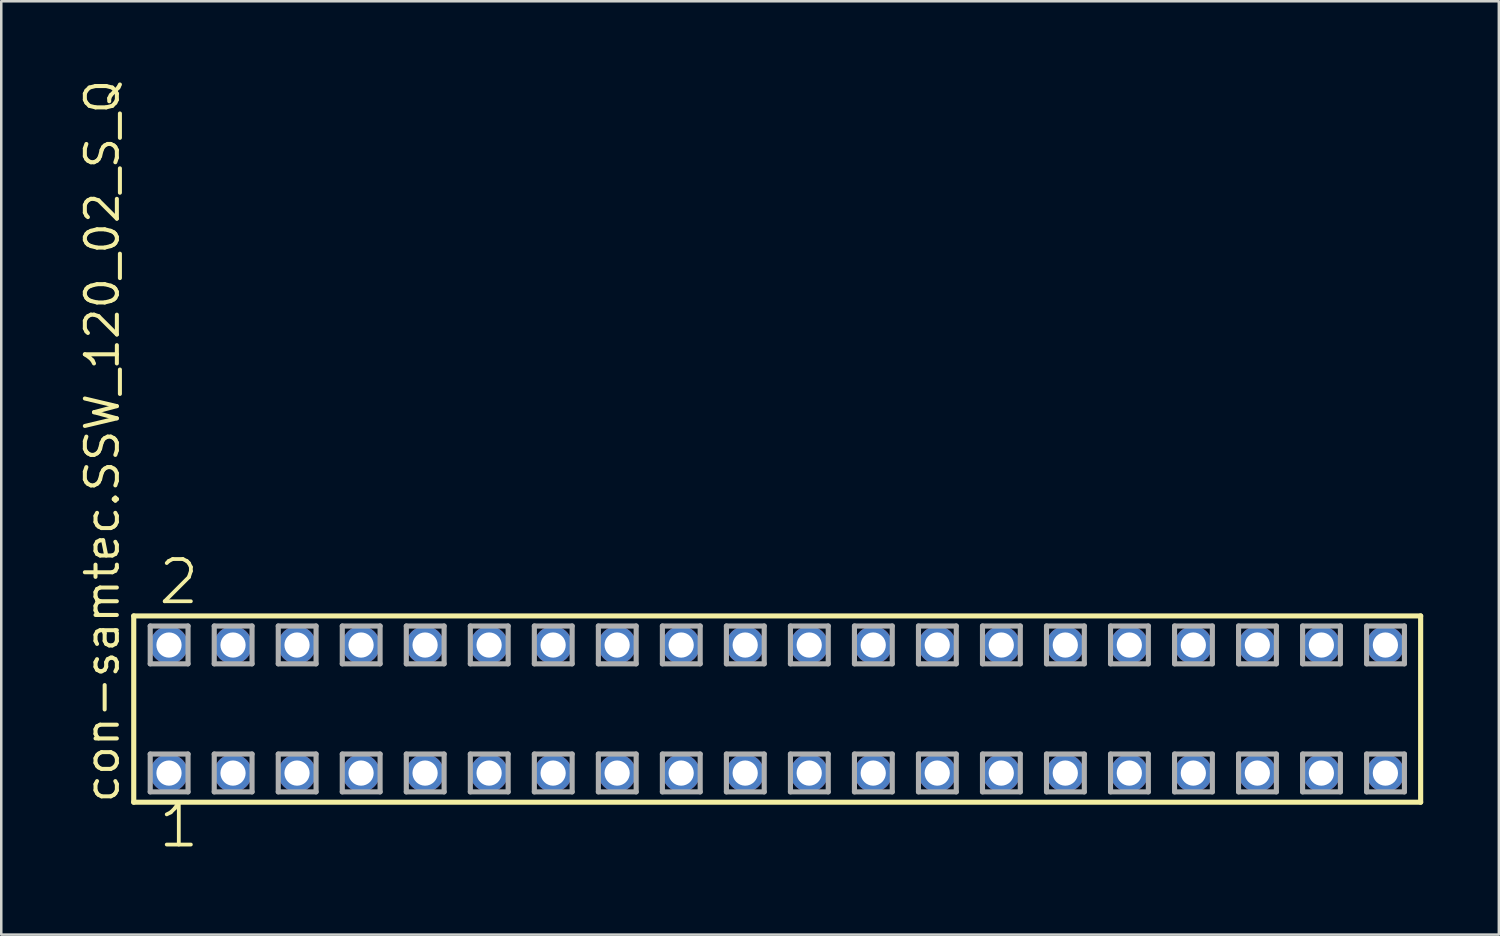
<source format=kicad_pcb>
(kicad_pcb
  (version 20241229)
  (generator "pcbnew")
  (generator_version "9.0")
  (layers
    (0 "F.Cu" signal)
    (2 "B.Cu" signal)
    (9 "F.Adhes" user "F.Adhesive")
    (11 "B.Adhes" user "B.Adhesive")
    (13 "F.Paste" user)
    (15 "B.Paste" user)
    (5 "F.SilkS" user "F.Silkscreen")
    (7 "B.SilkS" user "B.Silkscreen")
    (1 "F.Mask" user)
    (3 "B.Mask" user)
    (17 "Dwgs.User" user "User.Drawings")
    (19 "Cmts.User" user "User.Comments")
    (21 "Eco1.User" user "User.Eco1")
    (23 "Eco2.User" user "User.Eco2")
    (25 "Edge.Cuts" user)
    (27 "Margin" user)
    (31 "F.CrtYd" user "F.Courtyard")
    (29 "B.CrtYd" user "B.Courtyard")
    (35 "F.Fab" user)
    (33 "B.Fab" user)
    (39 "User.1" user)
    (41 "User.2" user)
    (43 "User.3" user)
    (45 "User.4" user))
  (footprint "con-samtec.SSW_120_02_S_Q"
    (layer "F.Cu")
    (at 27.785 25.082)
    (property "Reference" "con-samtec.SSW_120_02_S_Q" (at -26.035 3.81 90) (layer "F.SilkS") (effects (font (size 1.27 1.27) (thickness 0.16)) (justify left bottom)))
    (attr through_hole)
    (fp_line (start -25.529 -3.695) (end 25.529 -3.695) (stroke (width 0.203) (type default)) (layer "F.SilkS"))
    (fp_line (start -25.529 3.695) (end -25.529 -3.695) (stroke (width 0.203) (type default)) (layer "F.SilkS"))
    (fp_line (start 25.529 -3.695) (end 25.529 3.695) (stroke (width 0.203) (type default)) (layer "F.SilkS"))
    (fp_line (start 25.529 3.695) (end -25.529 3.695) (stroke (width 0.203) (type default)) (layer "F.SilkS"))
    (fp_line (start -24.875 -3.295) (end -23.375 -3.295) (stroke (width 0.203) (type default)) (layer "F.Fab"))
    (fp_line (start -24.875 -1.795) (end -24.875 -3.295) (stroke (width 0.203) (type default)) (layer "F.Fab"))
    (fp_line (start -24.875 1.785) (end -23.375 1.785) (stroke (width 0.203) (type default)) (layer "F.Fab"))
    (fp_line (start -24.875 3.285) (end -24.875 1.785) (stroke (width 0.203) (type default)) (layer "F.Fab"))
    (fp_line (start -23.375 -3.295) (end -23.375 -1.795) (stroke (width 0.203) (type default)) (layer "F.Fab"))
    (fp_line (start -23.375 -1.795) (end -24.875 -1.795) (stroke (width 0.203) (type default)) (layer "F.Fab"))
    (fp_line (start -23.375 1.785) (end -23.375 3.285) (stroke (width 0.203) (type default)) (layer "F.Fab"))
    (fp_line (start -23.375 3.285) (end -24.875 3.285) (stroke (width 0.203) (type default)) (layer "F.Fab"))
    (fp_line (start -22.335 -3.295) (end -20.835 -3.295) (stroke (width 0.203) (type default)) (layer "F.Fab"))
    (fp_line (start -22.335 -1.795) (end -22.335 -3.295) (stroke (width 0.203) (type default)) (layer "F.Fab"))
    (fp_line (start -22.335 1.785) (end -20.835 1.785) (stroke (width 0.203) (type default)) (layer "F.Fab"))
    (fp_line (start -22.335 3.285) (end -22.335 1.785) (stroke (width 0.203) (type default)) (layer "F.Fab"))
    (fp_line (start -20.835 -3.295) (end -20.835 -1.795) (stroke (width 0.203) (type default)) (layer "F.Fab"))
    (fp_line (start -20.835 -1.795) (end -22.335 -1.795) (stroke (width 0.203) (type default)) (layer "F.Fab"))
    (fp_line (start -20.835 1.785) (end -20.835 3.285) (stroke (width 0.203) (type default)) (layer "F.Fab"))
    (fp_line (start -20.835 3.285) (end -22.335 3.285) (stroke (width 0.203) (type default)) (layer "F.Fab"))
    (fp_line (start -19.795 -3.295) (end -18.295 -3.295) (stroke (width 0.203) (type default)) (layer "F.Fab"))
    (fp_line (start -19.795 -1.795) (end -19.795 -3.295) (stroke (width 0.203) (type default)) (layer "F.Fab"))
    (fp_line (start -19.795 1.785) (end -18.295 1.785) (stroke (width 0.203) (type default)) (layer "F.Fab"))
    (fp_line (start -19.795 3.285) (end -19.795 1.785) (stroke (width 0.203) (type default)) (layer "F.Fab"))
    (fp_line (start -18.295 -3.295) (end -18.295 -1.795) (stroke (width 0.203) (type default)) (layer "F.Fab"))
    (fp_line (start -18.295 -1.795) (end -19.795 -1.795) (stroke (width 0.203) (type default)) (layer "F.Fab"))
    (fp_line (start -18.295 1.785) (end -18.295 3.285) (stroke (width 0.203) (type default)) (layer "F.Fab"))
    (fp_line (start -18.295 3.285) (end -19.795 3.285) (stroke (width 0.203) (type default)) (layer "F.Fab"))
    (fp_line (start -17.255 -3.295) (end -15.755 -3.295) (stroke (width 0.203) (type default)) (layer "F.Fab"))
    (fp_line (start -17.255 -1.795) (end -17.255 -3.295) (stroke (width 0.203) (type default)) (layer "F.Fab"))
    (fp_line (start -17.255 1.785) (end -15.755 1.785) (stroke (width 0.203) (type default)) (layer "F.Fab"))
    (fp_line (start -17.255 3.285) (end -17.255 1.785) (stroke (width 0.203) (type default)) (layer "F.Fab"))
    (fp_line (start -15.755 -3.295) (end -15.755 -1.795) (stroke (width 0.203) (type default)) (layer "F.Fab"))
    (fp_line (start -15.755 -1.795) (end -17.255 -1.795) (stroke (width 0.203) (type default)) (layer "F.Fab"))
    (fp_line (start -15.755 1.785) (end -15.755 3.285) (stroke (width 0.203) (type default)) (layer "F.Fab"))
    (fp_line (start -15.755 3.285) (end -17.255 3.285) (stroke (width 0.203) (type default)) (layer "F.Fab"))
    (fp_line (start -14.715 -3.295) (end -13.215 -3.295) (stroke (width 0.203) (type default)) (layer "F.Fab"))
    (fp_line (start -14.715 -1.795) (end -14.715 -3.295) (stroke (width 0.203) (type default)) (layer "F.Fab"))
    (fp_line (start -14.715 1.785) (end -13.215 1.785) (stroke (width 0.203) (type default)) (layer "F.Fab"))
    (fp_line (start -14.715 3.285) (end -14.715 1.785) (stroke (width 0.203) (type default)) (layer "F.Fab"))
    (fp_line (start -13.215 -3.295) (end -13.215 -1.795) (stroke (width 0.203) (type default)) (layer "F.Fab"))
    (fp_line (start -13.215 -1.795) (end -14.715 -1.795) (stroke (width 0.203) (type default)) (layer "F.Fab"))
    (fp_line (start -13.215 1.785) (end -13.215 3.285) (stroke (width 0.203) (type default)) (layer "F.Fab"))
    (fp_line (start -13.215 3.285) (end -14.715 3.285) (stroke (width 0.203) (type default)) (layer "F.Fab"))
    (fp_line (start -12.175 -3.295) (end -10.675 -3.295) (stroke (width 0.203) (type default)) (layer "F.Fab"))
    (fp_line (start -12.175 -1.795) (end -12.175 -3.295) (stroke (width 0.203) (type default)) (layer "F.Fab"))
    (fp_line (start -12.175 1.785) (end -10.675 1.785) (stroke (width 0.203) (type default)) (layer "F.Fab"))
    (fp_line (start -12.175 3.285) (end -12.175 1.785) (stroke (width 0.203) (type default)) (layer "F.Fab"))
    (fp_line (start -10.675 -3.295) (end -10.675 -1.795) (stroke (width 0.203) (type default)) (layer "F.Fab"))
    (fp_line (start -10.675 -1.795) (end -12.175 -1.795) (stroke (width 0.203) (type default)) (layer "F.Fab"))
    (fp_line (start -10.675 1.785) (end -10.675 3.285) (stroke (width 0.203) (type default)) (layer "F.Fab"))
    (fp_line (start -10.675 3.285) (end -12.175 3.285) (stroke (width 0.203) (type default)) (layer "F.Fab"))
    (fp_line (start -9.635 -3.295) (end -8.135 -3.295) (stroke (width 0.203) (type default)) (layer "F.Fab"))
    (fp_line (start -9.635 -1.795) (end -9.635 -3.295) (stroke (width 0.203) (type default)) (layer "F.Fab"))
    (fp_line (start -9.635 1.785) (end -8.135 1.785) (stroke (width 0.203) (type default)) (layer "F.Fab"))
    (fp_line (start -9.635 3.285) (end -9.635 1.785) (stroke (width 0.203) (type default)) (layer "F.Fab"))
    (fp_line (start -8.135 -3.295) (end -8.135 -1.795) (stroke (width 0.203) (type default)) (layer "F.Fab"))
    (fp_line (start -8.135 -1.795) (end -9.635 -1.795) (stroke (width 0.203) (type default)) (layer "F.Fab"))
    (fp_line (start -8.135 1.785) (end -8.135 3.285) (stroke (width 0.203) (type default)) (layer "F.Fab"))
    (fp_line (start -8.135 3.285) (end -9.635 3.285) (stroke (width 0.203) (type default)) (layer "F.Fab"))
    (fp_line (start -7.095 -3.295) (end -5.595 -3.295) (stroke (width 0.203) (type default)) (layer "F.Fab"))
    (fp_line (start -7.095 -1.795) (end -7.095 -3.295) (stroke (width 0.203) (type default)) (layer "F.Fab"))
    (fp_line (start -7.095 1.785) (end -5.595 1.785) (stroke (width 0.203) (type default)) (layer "F.Fab"))
    (fp_line (start -7.095 3.285) (end -7.095 1.785) (stroke (width 0.203) (type default)) (layer "F.Fab"))
    (fp_line (start -5.595 -3.295) (end -5.595 -1.795) (stroke (width 0.203) (type default)) (layer "F.Fab"))
    (fp_line (start -5.595 -1.795) (end -7.095 -1.795) (stroke (width 0.203) (type default)) (layer "F.Fab"))
    (fp_line (start -5.595 1.785) (end -5.595 3.285) (stroke (width 0.203) (type default)) (layer "F.Fab"))
    (fp_line (start -5.595 3.285) (end -7.095 3.285) (stroke (width 0.203) (type default)) (layer "F.Fab"))
    (fp_line (start -4.555 -3.295) (end -3.055 -3.295) (stroke (width 0.203) (type default)) (layer "F.Fab"))
    (fp_line (start -4.555 -1.795) (end -4.555 -3.295) (stroke (width 0.203) (type default)) (layer "F.Fab"))
    (fp_line (start -4.555 1.785) (end -3.055 1.785) (stroke (width 0.203) (type default)) (layer "F.Fab"))
    (fp_line (start -4.555 3.285) (end -4.555 1.785) (stroke (width 0.203) (type default)) (layer "F.Fab"))
    (fp_line (start -3.055 -3.295) (end -3.055 -1.795) (stroke (width 0.203) (type default)) (layer "F.Fab"))
    (fp_line (start -3.055 -1.795) (end -4.555 -1.795) (stroke (width 0.203) (type default)) (layer "F.Fab"))
    (fp_line (start -3.055 1.785) (end -3.055 3.285) (stroke (width 0.203) (type default)) (layer "F.Fab"))
    (fp_line (start -3.055 3.285) (end -4.555 3.285) (stroke (width 0.203) (type default)) (layer "F.Fab"))
    (fp_line (start -2.015 -3.295) (end -0.515 -3.295) (stroke (width 0.203) (type default)) (layer "F.Fab"))
    (fp_line (start -2.015 -1.795) (end -2.015 -3.295) (stroke (width 0.203) (type default)) (layer "F.Fab"))
    (fp_line (start -2.015 1.785) (end -0.515 1.785) (stroke (width 0.203) (type default)) (layer "F.Fab"))
    (fp_line (start -2.015 3.285) (end -2.015 1.785) (stroke (width 0.203) (type default)) (layer "F.Fab"))
    (fp_line (start -0.515 -3.295) (end -0.515 -1.795) (stroke (width 0.203) (type default)) (layer "F.Fab"))
    (fp_line (start -0.515 -1.795) (end -2.015 -1.795) (stroke (width 0.203) (type default)) (layer "F.Fab"))
    (fp_line (start -0.515 1.785) (end -0.515 3.285) (stroke (width 0.203) (type default)) (layer "F.Fab"))
    (fp_line (start -0.515 3.285) (end -2.015 3.285) (stroke (width 0.203) (type default)) (layer "F.Fab"))
    (fp_line (start 0.525 -3.295) (end 2.025 -3.295) (stroke (width 0.203) (type default)) (layer "F.Fab"))
    (fp_line (start 0.525 -1.795) (end 0.525 -3.295) (stroke (width 0.203) (type default)) (layer "F.Fab"))
    (fp_line (start 0.525 1.785) (end 2.025 1.785) (stroke (width 0.203) (type default)) (layer "F.Fab"))
    (fp_line (start 0.525 3.285) (end 0.525 1.785) (stroke (width 0.203) (type default)) (layer "F.Fab"))
    (fp_line (start 2.025 -3.295) (end 2.025 -1.795) (stroke (width 0.203) (type default)) (layer "F.Fab"))
    (fp_line (start 2.025 -1.795) (end 0.525 -1.795) (stroke (width 0.203) (type default)) (layer "F.Fab"))
    (fp_line (start 2.025 1.785) (end 2.025 3.285) (stroke (width 0.203) (type default)) (layer "F.Fab"))
    (fp_line (start 2.025 3.285) (end 0.525 3.285) (stroke (width 0.203) (type default)) (layer "F.Fab"))
    (fp_line (start 3.065 -3.295) (end 4.565 -3.295) (stroke (width 0.203) (type default)) (layer "F.Fab"))
    (fp_line (start 3.065 -1.795) (end 3.065 -3.295) (stroke (width 0.203) (type default)) (layer "F.Fab"))
    (fp_line (start 3.065 1.785) (end 4.565 1.785) (stroke (width 0.203) (type default)) (layer "F.Fab"))
    (fp_line (start 3.065 3.285) (end 3.065 1.785) (stroke (width 0.203) (type default)) (layer "F.Fab"))
    (fp_line (start 4.565 -3.295) (end 4.565 -1.795) (stroke (width 0.203) (type default)) (layer "F.Fab"))
    (fp_line (start 4.565 -1.795) (end 3.065 -1.795) (stroke (width 0.203) (type default)) (layer "F.Fab"))
    (fp_line (start 4.565 1.785) (end 4.565 3.285) (stroke (width 0.203) (type default)) (layer "F.Fab"))
    (fp_line (start 4.565 3.285) (end 3.065 3.285) (stroke (width 0.203) (type default)) (layer "F.Fab"))
    (fp_line (start 5.605 -3.295) (end 7.105 -3.295) (stroke (width 0.203) (type default)) (layer "F.Fab"))
    (fp_line (start 5.605 -1.795) (end 5.605 -3.295) (stroke (width 0.203) (type default)) (layer "F.Fab"))
    (fp_line (start 5.605 1.785) (end 7.105 1.785) (stroke (width 0.203) (type default)) (layer "F.Fab"))
    (fp_line (start 5.605 3.285) (end 5.605 1.785) (stroke (width 0.203) (type default)) (layer "F.Fab"))
    (fp_line (start 7.105 -3.295) (end 7.105 -1.795) (stroke (width 0.203) (type default)) (layer "F.Fab"))
    (fp_line (start 7.105 -1.795) (end 5.605 -1.795) (stroke (width 0.203) (type default)) (layer "F.Fab"))
    (fp_line (start 7.105 1.785) (end 7.105 3.285) (stroke (width 0.203) (type default)) (layer "F.Fab"))
    (fp_line (start 7.105 3.285) (end 5.605 3.285) (stroke (width 0.203) (type default)) (layer "F.Fab"))
    (fp_line (start 8.145 -3.295) (end 9.645 -3.295) (stroke (width 0.203) (type default)) (layer "F.Fab"))
    (fp_line (start 8.145 -1.795) (end 8.145 -3.295) (stroke (width 0.203) (type default)) (layer "F.Fab"))
    (fp_line (start 8.145 1.785) (end 9.645 1.785) (stroke (width 0.203) (type default)) (layer "F.Fab"))
    (fp_line (start 8.145 3.285) (end 8.145 1.785) (stroke (width 0.203) (type default)) (layer "F.Fab"))
    (fp_line (start 9.645 -3.295) (end 9.645 -1.795) (stroke (width 0.203) (type default)) (layer "F.Fab"))
    (fp_line (start 9.645 -1.795) (end 8.145 -1.795) (stroke (width 0.203) (type default)) (layer "F.Fab"))
    (fp_line (start 9.645 1.785) (end 9.645 3.285) (stroke (width 0.203) (type default)) (layer "F.Fab"))
    (fp_line (start 9.645 3.285) (end 8.145 3.285) (stroke (width 0.203) (type default)) (layer "F.Fab"))
    (fp_line (start 10.685 -3.295) (end 12.185 -3.295) (stroke (width 0.203) (type default)) (layer "F.Fab"))
    (fp_line (start 10.685 -1.795) (end 10.685 -3.295) (stroke (width 0.203) (type default)) (layer "F.Fab"))
    (fp_line (start 10.685 1.785) (end 12.185 1.785) (stroke (width 0.203) (type default)) (layer "F.Fab"))
    (fp_line (start 10.685 3.285) (end 10.685 1.785) (stroke (width 0.203) (type default)) (layer "F.Fab"))
    (fp_line (start 12.185 -3.295) (end 12.185 -1.795) (stroke (width 0.203) (type default)) (layer "F.Fab"))
    (fp_line (start 12.185 -1.795) (end 10.685 -1.795) (stroke (width 0.203) (type default)) (layer "F.Fab"))
    (fp_line (start 12.185 1.785) (end 12.185 3.285) (stroke (width 0.203) (type default)) (layer "F.Fab"))
    (fp_line (start 12.185 3.285) (end 10.685 3.285) (stroke (width 0.203) (type default)) (layer "F.Fab"))
    (fp_line (start 13.225 -3.295) (end 14.725 -3.295) (stroke (width 0.203) (type default)) (layer "F.Fab"))
    (fp_line (start 13.225 -1.795) (end 13.225 -3.295) (stroke (width 0.203) (type default)) (layer "F.Fab"))
    (fp_line (start 13.225 1.785) (end 14.725 1.785) (stroke (width 0.203) (type default)) (layer "F.Fab"))
    (fp_line (start 13.225 3.285) (end 13.225 1.785) (stroke (width 0.203) (type default)) (layer "F.Fab"))
    (fp_line (start 14.725 -3.295) (end 14.725 -1.795) (stroke (width 0.203) (type default)) (layer "F.Fab"))
    (fp_line (start 14.725 -1.795) (end 13.225 -1.795) (stroke (width 0.203) (type default)) (layer "F.Fab"))
    (fp_line (start 14.725 1.785) (end 14.725 3.285) (stroke (width 0.203) (type default)) (layer "F.Fab"))
    (fp_line (start 14.725 3.285) (end 13.225 3.285) (stroke (width 0.203) (type default)) (layer "F.Fab"))
    (fp_line (start 15.765 -3.295) (end 17.265 -3.295) (stroke (width 0.203) (type default)) (layer "F.Fab"))
    (fp_line (start 15.765 -1.795) (end 15.765 -3.295) (stroke (width 0.203) (type default)) (layer "F.Fab"))
    (fp_line (start 15.765 1.785) (end 17.265 1.785) (stroke (width 0.203) (type default)) (layer "F.Fab"))
    (fp_line (start 15.765 3.285) (end 15.765 1.785) (stroke (width 0.203) (type default)) (layer "F.Fab"))
    (fp_line (start 17.265 -3.295) (end 17.265 -1.795) (stroke (width 0.203) (type default)) (layer "F.Fab"))
    (fp_line (start 17.265 -1.795) (end 15.765 -1.795) (stroke (width 0.203) (type default)) (layer "F.Fab"))
    (fp_line (start 17.265 1.785) (end 17.265 3.285) (stroke (width 0.203) (type default)) (layer "F.Fab"))
    (fp_line (start 17.265 3.285) (end 15.765 3.285) (stroke (width 0.203) (type default)) (layer "F.Fab"))
    (fp_line (start 18.305 -3.295) (end 19.805 -3.295) (stroke (width 0.203) (type default)) (layer "F.Fab"))
    (fp_line (start 18.305 -1.795) (end 18.305 -3.295) (stroke (width 0.203) (type default)) (layer "F.Fab"))
    (fp_line (start 18.305 1.785) (end 19.805 1.785) (stroke (width 0.203) (type default)) (layer "F.Fab"))
    (fp_line (start 18.305 3.285) (end 18.305 1.785) (stroke (width 0.203) (type default)) (layer "F.Fab"))
    (fp_line (start 19.805 -3.295) (end 19.805 -1.795) (stroke (width 0.203) (type default)) (layer "F.Fab"))
    (fp_line (start 19.805 -1.795) (end 18.305 -1.795) (stroke (width 0.203) (type default)) (layer "F.Fab"))
    (fp_line (start 19.805 1.785) (end 19.805 3.285) (stroke (width 0.203) (type default)) (layer "F.Fab"))
    (fp_line (start 19.805 3.285) (end 18.305 3.285) (stroke (width 0.203) (type default)) (layer "F.Fab"))
    (fp_line (start 20.845 -3.295) (end 22.345 -3.295) (stroke (width 0.203) (type default)) (layer "F.Fab"))
    (fp_line (start 20.845 -1.795) (end 20.845 -3.295) (stroke (width 0.203) (type default)) (layer "F.Fab"))
    (fp_line (start 20.845 1.785) (end 22.345 1.785) (stroke (width 0.203) (type default)) (layer "F.Fab"))
    (fp_line (start 20.845 3.285) (end 20.845 1.785) (stroke (width 0.203) (type default)) (layer "F.Fab"))
    (fp_line (start 22.345 -3.295) (end 22.345 -1.795) (stroke (width 0.203) (type default)) (layer "F.Fab"))
    (fp_line (start 22.345 -1.795) (end 20.845 -1.795) (stroke (width 0.203) (type default)) (layer "F.Fab"))
    (fp_line (start 22.345 1.785) (end 22.345 3.285) (stroke (width 0.203) (type default)) (layer "F.Fab"))
    (fp_line (start 22.345 3.285) (end 20.845 3.285) (stroke (width 0.203) (type default)) (layer "F.Fab"))
    (fp_line (start 23.385 -3.295) (end 24.885 -3.295) (stroke (width 0.203) (type default)) (layer "F.Fab"))
    (fp_line (start 23.385 -1.795) (end 23.385 -3.295) (stroke (width 0.203) (type default)) (layer "F.Fab"))
    (fp_line (start 23.385 1.785) (end 24.885 1.785) (stroke (width 0.203) (type default)) (layer "F.Fab"))
    (fp_line (start 23.385 3.285) (end 23.385 1.785) (stroke (width 0.203) (type default)) (layer "F.Fab"))
    (fp_line (start 24.885 -3.295) (end 24.885 -1.795) (stroke (width 0.203) (type default)) (layer "F.Fab"))
    (fp_line (start 24.885 -1.795) (end 23.385 -1.795) (stroke (width 0.203) (type default)) (layer "F.Fab"))
    (fp_line (start 24.885 1.785) (end 24.885 3.285) (stroke (width 0.203) (type default)) (layer "F.Fab"))
    (fp_line (start 24.885 3.285) (end 23.385 3.285) (stroke (width 0.203) (type default)) (layer "F.Fab"))
    (fp_text user "1" (at -24.638 5.588 0) (layer "F.SilkS") (effects (font (size 1.676 1.676) (thickness 0.15)) (justify left bottom)))
    (fp_text user "2" (at -24.638 -4.064 0) (layer "F.SilkS") (effects (font (size 1.676 1.676) (thickness 0.15)) (justify left bottom)))
    (pad "1" thru_hole circle (at -24.13 2.54) (size 1.5 1.5) (drill 1) (layers "*.Cu" "*.Mask"))
    (pad "2" thru_hole circle (at -24.13 -2.54) (size 1.5 1.5) (drill 1) (layers "*.Cu" "*.Mask"))
    (pad "3" thru_hole circle (at -21.59 2.54) (size 1.5 1.5) (drill 1) (layers "*.Cu" "*.Mask"))
    (pad "4" thru_hole circle (at -21.59 -2.54) (size 1.5 1.5) (drill 1) (layers "*.Cu" "*.Mask"))
    (pad "5" thru_hole circle (at -19.05 2.54) (size 1.5 1.5) (drill 1) (layers "*.Cu" "*.Mask"))
    (pad "6" thru_hole circle (at -19.05 -2.54) (size 1.5 1.5) (drill 1) (layers "*.Cu" "*.Mask"))
    (pad "7" thru_hole circle (at -16.51 2.54) (size 1.5 1.5) (drill 1) (layers "*.Cu" "*.Mask"))
    (pad "8" thru_hole circle (at -16.51 -2.54) (size 1.5 1.5) (drill 1) (layers "*.Cu" "*.Mask"))
    (pad "9" thru_hole circle (at -13.97 2.54) (size 1.5 1.5) (drill 1) (layers "*.Cu" "*.Mask"))
    (pad "10" thru_hole circle (at -13.97 -2.54) (size 1.5 1.5) (drill 1) (layers "*.Cu" "*.Mask"))
    (pad "11" thru_hole circle (at -11.43 2.54) (size 1.5 1.5) (drill 1) (layers "*.Cu" "*.Mask"))
    (pad "12" thru_hole circle (at -11.43 -2.54) (size 1.5 1.5) (drill 1) (layers "*.Cu" "*.Mask"))
    (pad "13" thru_hole circle (at -8.89 2.54) (size 1.5 1.5) (drill 1) (layers "*.Cu" "*.Mask"))
    (pad "14" thru_hole circle (at -8.89 -2.54) (size 1.5 1.5) (drill 1) (layers "*.Cu" "*.Mask"))
    (pad "15" thru_hole circle (at -6.35 2.54) (size 1.5 1.5) (drill 1) (layers "*.Cu" "*.Mask"))
    (pad "16" thru_hole circle (at -6.35 -2.54) (size 1.5 1.5) (drill 1) (layers "*.Cu" "*.Mask"))
    (pad "17" thru_hole circle (at -3.81 2.54) (size 1.5 1.5) (drill 1) (layers "*.Cu" "*.Mask"))
    (pad "18" thru_hole circle (at -3.81 -2.54) (size 1.5 1.5) (drill 1) (layers "*.Cu" "*.Mask"))
    (pad "19" thru_hole circle (at -1.27 2.54) (size 1.5 1.5) (drill 1) (layers "*.Cu" "*.Mask"))
    (pad "20" thru_hole circle (at -1.27 -2.54) (size 1.5 1.5) (drill 1) (layers "*.Cu" "*.Mask"))
    (pad "21" thru_hole circle (at 1.27 2.54) (size 1.5 1.5) (drill 1) (layers "*.Cu" "*.Mask"))
    (pad "22" thru_hole circle (at 1.27 -2.54) (size 1.5 1.5) (drill 1) (layers "*.Cu" "*.Mask"))
    (pad "23" thru_hole circle (at 3.81 2.54) (size 1.5 1.5) (drill 1) (layers "*.Cu" "*.Mask"))
    (pad "24" thru_hole circle (at 3.81 -2.54) (size 1.5 1.5) (drill 1) (layers "*.Cu" "*.Mask"))
    (pad "25" thru_hole circle (at 6.35 2.54) (size 1.5 1.5) (drill 1) (layers "*.Cu" "*.Mask"))
    (pad "26" thru_hole circle (at 6.35 -2.54) (size 1.5 1.5) (drill 1) (layers "*.Cu" "*.Mask"))
    (pad "27" thru_hole circle (at 8.89 2.54) (size 1.5 1.5) (drill 1) (layers "*.Cu" "*.Mask"))
    (pad "28" thru_hole circle (at 8.89 -2.54) (size 1.5 1.5) (drill 1) (layers "*.Cu" "*.Mask"))
    (pad "29" thru_hole circle (at 11.43 2.54) (size 1.5 1.5) (drill 1) (layers "*.Cu" "*.Mask"))
    (pad "30" thru_hole circle (at 11.43 -2.54) (size 1.5 1.5) (drill 1) (layers "*.Cu" "*.Mask"))
    (pad "31" thru_hole circle (at 13.97 2.54) (size 1.5 1.5) (drill 1) (layers "*.Cu" "*.Mask"))
    (pad "32" thru_hole circle (at 13.97 -2.54) (size 1.5 1.5) (drill 1) (layers "*.Cu" "*.Mask"))
    (pad "33" thru_hole circle (at 16.51 2.54) (size 1.5 1.5) (drill 1) (layers "*.Cu" "*.Mask"))
    (pad "34" thru_hole circle (at 16.51 -2.54) (size 1.5 1.5) (drill 1) (layers "*.Cu" "*.Mask"))
    (pad "35" thru_hole circle (at 19.05 2.54) (size 1.5 1.5) (drill 1) (layers "*.Cu" "*.Mask"))
    (pad "36" thru_hole circle (at 19.05 -2.54) (size 1.5 1.5) (drill 1) (layers "*.Cu" "*.Mask"))
    (pad "37" thru_hole circle (at 21.59 2.54) (size 1.5 1.5) (drill 1) (layers "*.Cu" "*.Mask"))
    (pad "38" thru_hole circle (at 21.59 -2.54) (size 1.5 1.5) (drill 1) (layers "*.Cu" "*.Mask"))
    (pad "39" thru_hole circle (at 24.13 2.54) (size 1.5 1.5) (drill 1) (layers "*.Cu" "*.Mask"))
    (pad "40" thru_hole circle (at 24.13 -2.54) (size 1.5 1.5) (drill 1) (layers "*.Cu" "*.Mask")))
  (gr_rect
    (start -3 -3)
    (end 56.416 34.031)
    (stroke (width 0.1) (type default))
    (fill no)
    (layer "Edge.Cuts")))
</source>
